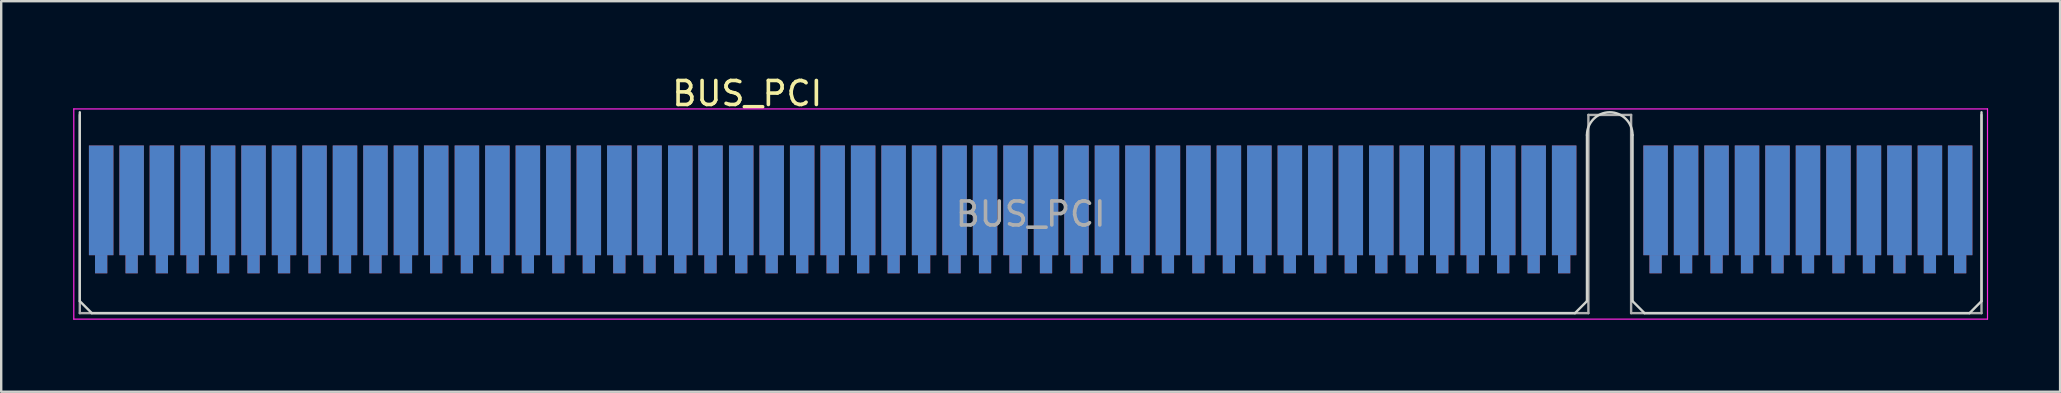
<source format=kicad_pcb>
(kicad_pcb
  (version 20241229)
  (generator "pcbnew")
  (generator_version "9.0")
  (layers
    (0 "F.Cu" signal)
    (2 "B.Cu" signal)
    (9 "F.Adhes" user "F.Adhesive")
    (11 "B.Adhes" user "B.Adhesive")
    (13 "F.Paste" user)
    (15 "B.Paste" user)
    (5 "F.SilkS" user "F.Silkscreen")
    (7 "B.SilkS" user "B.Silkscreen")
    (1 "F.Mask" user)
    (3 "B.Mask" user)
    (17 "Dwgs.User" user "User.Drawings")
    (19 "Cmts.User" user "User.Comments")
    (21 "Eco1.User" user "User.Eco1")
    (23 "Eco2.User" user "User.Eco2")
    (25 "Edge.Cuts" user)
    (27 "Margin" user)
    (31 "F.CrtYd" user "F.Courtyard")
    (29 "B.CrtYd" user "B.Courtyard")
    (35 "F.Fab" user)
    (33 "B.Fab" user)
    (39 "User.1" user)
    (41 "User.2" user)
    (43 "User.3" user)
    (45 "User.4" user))
  (footprint "BUS_PCI"
    (layer "F.Cu")
    (at 39.895 6.628)
    (property "Reference" "BUS_PCI" (at -11.81 -5.78 0) (layer "F.SilkS") (effects (font (size 1 1) (thickness 0.15))))
    (attr exclude_from_pos_files exclude_from_bom)
    (fp_line (start -39.62 -5) (end -39.62 2.87) (stroke (width 0.1) (type solid)) (layer "Edge.Cuts"))
    (fp_line (start -39.62 2.87) (end -39.12 3.37) (stroke (width 0.1) (type solid)) (layer "Edge.Cuts"))
    (fp_line (start -39.12 3.37) (end 22.68 3.37) (stroke (width 0.1) (type solid)) (layer "Edge.Cuts"))
    (fp_line (start 23.18 -4.05) (end 23.18 2.87) (stroke (width 0.1) (type solid)) (layer "Edge.Cuts"))
    (fp_line (start 23.18 2.87) (end 22.68 3.37) (stroke (width 0.1) (type solid)) (layer "Edge.Cuts"))
    (fp_line (start 25.08 -4.05) (end 25.08 2.87) (stroke (width 0.1) (type solid)) (layer "Edge.Cuts"))
    (fp_line (start 25.08 2.87) (end 25.58 3.37) (stroke (width 0.1) (type solid)) (layer "Edge.Cuts"))
    (fp_line (start 25.58 3.37) (end 39.12 3.37) (stroke (width 0.1) (type solid)) (layer "Edge.Cuts"))
    (fp_line (start 39.62 -5) (end 39.62 2.87) (stroke (width 0.1) (type solid)) (layer "Edge.Cuts"))
    (fp_line (start 39.62 2.87) (end 39.12 3.37) (stroke (width 0.1) (type solid)) (layer "Edge.Cuts"))
    (fp_arc (start 23.18 -4.05) (mid 24.13 -5) (end 25.08 -4.05) (stroke (width 0.1) (type solid)) (layer "Edge.Cuts"))
    (fp_line (start -39.87 -5.14) (end -39.87 3.62) (stroke (width 0.05) (type solid)) (layer "F.CrtYd"))
    (fp_line (start -39.87 -5.14) (end 39.87 -5.14) (stroke (width 0.05) (type solid)) (layer "F.CrtYd"))
    (fp_line (start 39.87 3.62) (end -39.87 3.62) (stroke (width 0.05) (type solid)) (layer "F.CrtYd"))
    (fp_line (start 39.87 3.62) (end 39.87 -5.14) (stroke (width 0.05) (type solid)) (layer "F.CrtYd"))
    (fp_line (start -39.62 -4.89) (end -39.62 3.37) (stroke (width 0.1) (type solid)) (layer "F.Fab"))
    (fp_line (start -39.62 3.37) (end 23.24 3.37) (stroke (width 0.1) (type solid)) (layer "F.Fab"))
    (fp_line (start 23.24 -4.89) (end 25.02 -4.89) (stroke (width 0.1) (type solid)) (layer "F.Fab"))
    (fp_line (start 23.24 3.37) (end 23.24 -4.89) (stroke (width 0.1) (type solid)) (layer "F.Fab"))
    (fp_line (start 25.02 -4.89) (end 25.02 3.37) (stroke (width 0.1) (type solid)) (layer "F.Fab"))
    (fp_line (start 25.02 3.37) (end 39.62 3.37) (stroke (width 0.1) (type solid)) (layer "F.Fab"))
    (fp_line (start 39.62 3.37) (end 39.62 -4.89) (stroke (width 0.1) (type solid)) (layer "F.Fab"))
    (fp_text user "${REFERENCE}" (at 0 -0.76 0) (layer "F.Fab") (effects (font (size 1 1) (thickness 0.15))))
    (pad "A1" connect rect (at -38.73 -1.33) (size 1.02 4.57) (layers "B.Cu" "B.Mask"))
    (pad "A1" connect rect (at -38.73 1.33) (size 0.51 0.76) (layers "B.Cu" "B.Mask"))
    (pad "A2" connect rect (at -37.46 -1.33) (size 1.02 4.57) (layers "B.Cu" "B.Mask"))
    (pad "A2" connect rect (at -37.46 1.33) (size 0.51 0.76) (layers "B.Cu" "B.Mask"))
    (pad "A3" connect rect (at -36.2 -1.33) (size 1.02 4.57) (layers "B.Cu" "B.Mask"))
    (pad "A3" connect rect (at -36.2 1.33) (size 0.51 0.76) (layers "B.Cu" "B.Mask"))
    (pad "A4" connect rect (at -34.92 -1.33) (size 1.02 4.57) (layers "B.Cu" "B.Mask"))
    (pad "A4" connect rect (at -34.92 1.33) (size 0.51 0.76) (layers "B.Cu" "B.Mask"))
    (pad "A5" connect rect (at -33.65 -1.33) (size 1.02 4.57) (layers "B.Cu" "B.Mask"))
    (pad "A5" connect rect (at -33.65 1.33) (size 0.51 0.76) (layers "B.Cu" "B.Mask"))
    (pad "A6" connect rect (at -32.38 -1.33) (size 1.02 4.57) (layers "B.Cu" "B.Mask"))
    (pad "A6" connect rect (at -32.38 1.33) (size 0.51 0.76) (layers "B.Cu" "B.Mask"))
    (pad "A7" connect rect (at -31.11 -1.33) (size 1.02 4.57) (layers "B.Cu" "B.Mask"))
    (pad "A7" connect rect (at -31.11 1.33) (size 0.51 0.76) (layers "B.Cu" "B.Mask"))
    (pad "A8" connect rect (at -29.84 -1.33) (size 1.02 4.57) (layers "B.Cu" "B.Mask"))
    (pad "A8" connect rect (at -29.84 1.33) (size 0.51 0.76) (layers "B.Cu" "B.Mask"))
    (pad "A9" connect rect (at -28.57 -1.33) (size 1.02 4.57) (layers "B.Cu" "B.Mask"))
    (pad "A9" connect rect (at -28.57 1.33) (size 0.51 0.76) (layers "B.Cu" "B.Mask"))
    (pad "A10" connect rect (at -27.3 -1.33) (size 1.02 4.57) (layers "B.Cu" "B.Mask"))
    (pad "A10" connect rect (at -27.3 1.33) (size 0.51 0.76) (layers "B.Cu" "B.Mask"))
    (pad "A11" connect rect (at -26.03 -1.33) (size 1.02 4.57) (layers "B.Cu" "B.Mask"))
    (pad "A11" connect rect (at -26.03 1.33) (size 0.51 0.76) (layers "B.Cu" "B.Mask"))
    (pad "A12" connect rect (at -24.77 -1.33) (size 1.02 4.57) (layers "B.Cu" "B.Mask"))
    (pad "A12" connect rect (at -24.77 1.33) (size 0.51 0.76) (layers "B.Cu" "B.Mask"))
    (pad "A13" connect rect (at -23.49 -1.33) (size 1.02 4.57) (layers "B.Cu" "B.Mask"))
    (pad "A13" connect rect (at -23.49 1.33) (size 0.51 0.76) (layers "B.Cu" "B.Mask"))
    (pad "A14" connect rect (at -22.22 -1.33) (size 1.02 4.57) (layers "B.Cu" "B.Mask"))
    (pad "A14" connect rect (at -22.22 1.33) (size 0.51 0.76) (layers "B.Cu" "B.Mask"))
    (pad "A15" connect rect (at -20.95 -1.33) (size 1.02 4.57) (layers "B.Cu" "B.Mask"))
    (pad "A15" connect rect (at -20.95 1.33) (size 0.51 0.76) (layers "B.Cu" "B.Mask"))
    (pad "A16" connect rect (at -19.68 -1.33) (size 1.02 4.57) (layers "B.Cu" "B.Mask"))
    (pad "A16" connect rect (at -19.68 1.33) (size 0.51 0.76) (layers "B.Cu" "B.Mask"))
    (pad "A17" connect rect (at -18.41 -1.33) (size 1.02 4.57) (layers "B.Cu" "B.Mask"))
    (pad "A17" connect rect (at -18.41 1.33) (size 0.51 0.76) (layers "B.Cu" "B.Mask"))
    (pad "A18" connect rect (at -17.14 -1.33) (size 1.02 4.57) (layers "B.Cu" "B.Mask"))
    (pad "A18" connect rect (at -17.14 1.33) (size 0.51 0.76) (layers "B.Cu" "B.Mask"))
    (pad "A19" connect rect (at -15.88 -1.33) (size 1.02 4.57) (layers "B.Cu" "B.Mask"))
    (pad "A19" connect rect (at -15.88 1.33) (size 0.51 0.76) (layers "B.Cu" "B.Mask"))
    (pad "A20" connect rect (at -14.6 -1.33) (size 1.02 4.57) (layers "B.Cu" "B.Mask"))
    (pad "A20" connect rect (at -14.6 1.33) (size 0.51 0.76) (layers "B.Cu" "B.Mask"))
    (pad "A21" connect rect (at -13.34 -1.33) (size 1.02 4.57) (layers "B.Cu" "B.Mask"))
    (pad "A21" connect rect (at -13.34 1.33) (size 0.51 0.76) (layers "B.Cu" "B.Mask"))
    (pad "A22" connect rect (at -12.06 -1.33) (size 1.02 4.57) (layers "B.Cu" "B.Mask"))
    (pad "A22" connect rect (at -12.06 1.33) (size 0.51 0.76) (layers "B.Cu" "B.Mask"))
    (pad "A23" connect rect (at -10.79 -1.33) (size 1.02 4.57) (layers "B.Cu" "B.Mask"))
    (pad "A23" connect rect (at -10.79 1.33) (size 0.51 0.76) (layers "B.Cu" "B.Mask"))
    (pad "A24" connect rect (at -9.52 -1.33) (size 1.02 4.57) (layers "B.Cu" "B.Mask"))
    (pad "A24" connect rect (at -9.52 1.33) (size 0.51 0.76) (layers "B.Cu" "B.Mask"))
    (pad "A25" connect rect (at -8.25 -1.33) (size 1.02 4.57) (layers "B.Cu" "B.Mask"))
    (pad "A25" connect rect (at -8.25 1.33) (size 0.51 0.76) (layers "B.Cu" "B.Mask"))
    (pad "A26" connect rect (at -6.98 -1.33) (size 1.02 4.57) (layers "B.Cu" "B.Mask"))
    (pad "A26" connect rect (at -6.98 1.33) (size 0.51 0.76) (layers "B.Cu" "B.Mask"))
    (pad "A27" connect rect (at -5.71 -1.33) (size 1.02 4.57) (layers "B.Cu" "B.Mask"))
    (pad "A27" connect rect (at -5.71 1.33) (size 0.51 0.76) (layers "B.Cu" "B.Mask"))
    (pad "A28" connect rect (at -4.44 -1.33) (size 1.02 4.57) (layers "B.Cu" "B.Mask"))
    (pad "A28" connect rect (at -4.44 1.33) (size 0.51 0.76) (layers "B.Cu" "B.Mask"))
    (pad "A29" connect rect (at -3.17 -1.33) (size 1.02 4.57) (layers "B.Cu" "B.Mask"))
    (pad "A29" connect rect (at -3.17 1.33) (size 0.51 0.76) (layers "B.Cu" "B.Mask"))
    (pad "A30" connect rect (at -1.9 -1.33) (size 1.02 4.57) (layers "B.Cu" "B.Mask"))
    (pad "A30" connect rect (at -1.9 1.33) (size 0.51 0.76) (layers "B.Cu" "B.Mask"))
    (pad "A31" connect rect (at -0.63 -1.33) (size 1.02 4.57) (layers "B.Cu" "B.Mask"))
    (pad "A31" connect rect (at -0.63 1.33) (size 0.51 0.76) (layers "B.Cu" "B.Mask"))
    (pad "A32" connect rect (at 0.64 -1.33) (size 1.02 4.57) (layers "B.Cu" "B.Mask"))
    (pad "A32" connect rect (at 0.64 1.33) (size 0.51 0.76) (layers "B.Cu" "B.Mask"))
    (pad "A33" connect rect (at 1.91 -1.33) (size 1.02 4.57) (layers "B.Cu" "B.Mask"))
    (pad "A33" connect rect (at 1.91 1.33) (size 0.51 0.76) (layers "B.Cu" "B.Mask"))
    (pad "A34" connect rect (at 3.18 -1.33) (size 1.02 4.57) (layers "B.Cu" "B.Mask"))
    (pad "A34" connect rect (at 3.18 1.33) (size 0.51 0.76) (layers "B.Cu" "B.Mask"))
    (pad "A35" connect rect (at 4.45 -1.33) (size 1.02 4.57) (layers "B.Cu" "B.Mask"))
    (pad "A35" connect rect (at 4.45 1.33) (size 0.51 0.76) (layers "B.Cu" "B.Mask"))
    (pad "A36" connect rect (at 5.72 -1.33) (size 1.02 4.57) (layers "B.Cu" "B.Mask"))
    (pad "A36" connect rect (at 5.72 1.33) (size 0.51 0.76) (layers "B.Cu" "B.Mask"))
    (pad "A37" connect rect (at 6.99 -1.33) (size 1.02 4.57) (layers "B.Cu" "B.Mask"))
    (pad "A37" connect rect (at 6.99 1.33) (size 0.51 0.76) (layers "B.Cu" "B.Mask"))
    (pad "A38" connect rect (at 8.26 -1.33) (size 1.02 4.57) (layers "B.Cu" "B.Mask"))
    (pad "A38" connect rect (at 8.26 1.33) (size 0.51 0.76) (layers "B.Cu" "B.Mask"))
    (pad "A39" connect rect (at 9.53 -1.33) (size 1.02 4.57) (layers "B.Cu" "B.Mask"))
    (pad "A39" connect rect (at 9.53 1.33) (size 0.51 0.76) (layers "B.Cu" "B.Mask"))
    (pad "A40" connect rect (at 10.8 -1.33) (size 1.02 4.57) (layers "B.Cu" "B.Mask"))
    (pad "A40" connect rect (at 10.8 1.33) (size 0.51 0.76) (layers "B.Cu" "B.Mask"))
    (pad "A41" connect rect (at 12.07 -1.33) (size 1.02 4.57) (layers "B.Cu" "B.Mask"))
    (pad "A41" connect rect (at 12.07 1.33) (size 0.51 0.76) (layers "B.Cu" "B.Mask"))
    (pad "A42" connect rect (at 13.34 -1.33) (size 1.02 4.57) (layers "B.Cu" "B.Mask"))
    (pad "A42" connect rect (at 13.34 1.33) (size 0.51 0.76) (layers "B.Cu" "B.Mask"))
    (pad "A43" connect rect (at 14.61 -1.33) (size 1.02 4.57) (layers "B.Cu" "B.Mask"))
    (pad "A43" connect rect (at 14.61 1.33) (size 0.51 0.76) (layers "B.Cu" "B.Mask"))
    (pad "A44" connect rect (at 15.88 -1.33) (size 1.02 4.57) (layers "B.Cu" "B.Mask"))
    (pad "A44" connect rect (at 15.88 1.33) (size 0.51 0.76) (layers "B.Cu" "B.Mask"))
    (pad "A45" connect rect (at 17.15 -1.33) (size 1.02 4.57) (layers "B.Cu" "B.Mask"))
    (pad "A45" connect rect (at 17.15 1.33) (size 0.51 0.76) (layers "B.Cu" "B.Mask"))
    (pad "A46" connect rect (at 18.42 -1.33) (size 1.02 4.57) (layers "B.Cu" "B.Mask"))
    (pad "A46" connect rect (at 18.42 1.33) (size 0.51 0.76) (layers "B.Cu" "B.Mask"))
    (pad "A47" connect rect (at 19.69 -1.33) (size 1.02 4.57) (layers "B.Cu" "B.Mask"))
    (pad "A47" connect rect (at 19.69 1.33) (size 0.51 0.76) (layers "B.Cu" "B.Mask"))
    (pad "A48" connect rect (at 20.96 -1.33) (size 1.02 4.57) (layers "B.Cu" "B.Mask"))
    (pad "A48" connect rect (at 20.96 1.33) (size 0.51 0.76) (layers "B.Cu" "B.Mask"))
    (pad "A49" connect rect (at 22.23 -1.33) (size 1.02 4.57) (layers "B.Cu" "B.Mask"))
    (pad "A49" connect rect (at 22.23 1.33) (size 0.51 0.76) (layers "B.Cu" "B.Mask"))
    (pad "A52" connect rect (at 26.04 -1.33) (size 1.02 4.57) (layers "B.Cu" "B.Mask"))
    (pad "A52" connect rect (at 26.04 1.33) (size 0.51 0.76) (layers "B.Cu" "B.Mask"))
    (pad "A53" connect rect (at 27.31 -1.33) (size 1.02 4.57) (layers "B.Cu" "B.Mask"))
    (pad "A53" connect rect (at 27.31 1.33) (size 0.51 0.76) (layers "B.Cu" "B.Mask"))
    (pad "A54" connect rect (at 28.58 -1.33) (size 1.02 4.57) (layers "B.Cu" "B.Mask"))
    (pad "A54" connect rect (at 28.58 1.33) (size 0.51 0.76) (layers "B.Cu" "B.Mask"))
    (pad "A55" connect rect (at 29.85 -1.33) (size 1.02 4.57) (layers "B.Cu" "B.Mask"))
    (pad "A55" connect rect (at 29.85 1.33) (size 0.51 0.76) (layers "B.Cu" "B.Mask"))
    (pad "A56" connect rect (at 31.12 -1.33) (size 1.02 4.57) (layers "B.Cu" "B.Mask"))
    (pad "A56" connect rect (at 31.12 1.33) (size 0.51 0.76) (layers "B.Cu" "B.Mask"))
    (pad "A57" connect rect (at 32.39 -1.33) (size 1.02 4.57) (layers "B.Cu" "B.Mask"))
    (pad "A57" connect rect (at 32.39 1.33) (size 0.51 0.76) (layers "B.Cu" "B.Mask"))
    (pad "A58" connect rect (at 33.66 -1.33) (size 1.02 4.57) (layers "B.Cu" "B.Mask"))
    (pad "A58" connect rect (at 33.66 1.33) (size 0.51 0.76) (layers "B.Cu" "B.Mask"))
    (pad "A59" connect rect (at 34.93 -1.33) (size 1.02 4.57) (layers "B.Cu" "B.Mask"))
    (pad "A59" connect rect (at 34.93 1.33) (size 0.51 0.76) (layers "B.Cu" "B.Mask"))
    (pad "A60" connect rect (at 36.2 -1.33) (size 1.02 4.57) (layers "B.Cu" "B.Mask"))
    (pad "A60" connect rect (at 36.2 1.33) (size 0.51 0.76) (layers "B.Cu" "B.Mask"))
    (pad "A61" connect rect (at 37.47 -1.33) (size 1.02 4.57) (layers "B.Cu" "B.Mask"))
    (pad "A61" connect rect (at 37.47 1.33) (size 0.51 0.76) (layers "B.Cu" "B.Mask"))
    (pad "A62" connect rect (at 38.73 -1.33) (size 1.02 4.57) (layers "B.Cu" "B.Mask"))
    (pad "A62" connect rect (at 38.73 1.33) (size 0.51 0.76) (layers "B.Cu" "B.Mask"))
    (pad "B1" connect rect (at -38.73 -1.33) (size 1.02 4.57) (layers "F.Cu" "F.Mask"))
    (pad "B1" connect rect (at -38.73 1.33) (size 0.51 0.76) (layers "F.Cu" "F.Mask"))
    (pad "B2" connect rect (at -37.46 -1.33) (size 1.02 4.57) (layers "F.Cu" "F.Mask"))
    (pad "B2" connect rect (at -37.46 1.33) (size 0.51 0.76) (layers "F.Cu" "F.Mask"))
    (pad "B3" connect rect (at -36.2 -1.33) (size 1.02 4.57) (layers "F.Cu" "F.Mask"))
    (pad "B3" connect rect (at -36.2 1.33) (size 0.51 0.76) (layers "F.Cu" "F.Mask"))
    (pad "B4" connect rect (at -34.92 -1.33) (size 1.02 4.57) (layers "F.Cu" "F.Mask"))
    (pad "B4" connect rect (at -34.92 1.33) (size 0.51 0.76) (layers "F.Cu" "F.Mask"))
    (pad "B5" connect rect (at -33.65 -1.33) (size 1.02 4.57) (layers "F.Cu" "F.Mask"))
    (pad "B5" connect rect (at -33.65 1.33) (size 0.51 0.76) (layers "F.Cu" "F.Mask"))
    (pad "B6" connect rect (at -32.38 -1.33) (size 1.02 4.57) (layers "F.Cu" "F.Mask"))
    (pad "B6" connect rect (at -32.38 1.33) (size 0.51 0.76) (layers "F.Cu" "F.Mask"))
    (pad "B7" connect rect (at -31.11 -1.33) (size 1.02 4.57) (layers "F.Cu" "F.Mask"))
    (pad "B7" connect rect (at -31.11 1.33) (size 0.51 0.76) (layers "F.Cu" "F.Mask"))
    (pad "B8" connect rect (at -29.84 -1.33) (size 1.02 4.57) (layers "F.Cu" "F.Mask"))
    (pad "B8" connect rect (at -29.84 1.33) (size 0.51 0.76) (layers "F.Cu" "F.Mask"))
    (pad "B9" connect rect (at -28.57 -1.33) (size 1.02 4.57) (layers "F.Cu" "F.Mask"))
    (pad "B9" connect rect (at -28.57 1.33) (size 0.51 0.76) (layers "F.Cu" "F.Mask"))
    (pad "B10" connect rect (at -27.3 -1.33) (size 1.02 4.57) (layers "F.Cu" "F.Mask"))
    (pad "B10" connect rect (at -27.3 1.33) (size 0.51 0.76) (layers "F.Cu" "F.Mask"))
    (pad "B11" connect rect (at -26.03 -1.33) (size 1.02 4.57) (layers "F.Cu" "F.Mask"))
    (pad "B11" connect rect (at -26.03 1.33) (size 0.51 0.76) (layers "F.Cu" "F.Mask"))
    (pad "B12" connect rect (at -24.77 -1.33) (size 1.02 4.57) (layers "F.Cu" "F.Mask"))
    (pad "B12" connect rect (at -24.77 1.33) (size 0.51 0.76) (layers "F.Cu" "F.Mask"))
    (pad "B13" connect rect (at -23.49 -1.33) (size 1.02 4.57) (layers "F.Cu" "F.Mask"))
    (pad "B13" connect rect (at -23.49 1.33) (size 0.51 0.76) (layers "F.Cu" "F.Mask"))
    (pad "B14" connect rect (at -22.22 -1.33) (size 1.02 4.57) (layers "F.Cu" "F.Mask"))
    (pad "B14" connect rect (at -22.22 1.33) (size 0.51 0.76) (layers "F.Cu" "F.Mask"))
    (pad "B15" connect rect (at -20.95 -1.33) (size 1.02 4.57) (layers "F.Cu" "F.Mask"))
    (pad "B15" connect rect (at -20.95 1.33) (size 0.51 0.76) (layers "F.Cu" "F.Mask"))
    (pad "B16" connect rect (at -19.68 -1.33) (size 1.02 4.57) (layers "F.Cu" "F.Mask"))
    (pad "B16" connect rect (at -19.68 1.33) (size 0.51 0.76) (layers "F.Cu" "F.Mask"))
    (pad "B17" connect rect (at -18.41 -1.33) (size 1.02 4.57) (layers "F.Cu" "F.Mask"))
    (pad "B17" connect rect (at -18.41 1.33) (size 0.51 0.76) (layers "F.Cu" "F.Mask"))
    (pad "B18" connect rect (at -17.14 -1.33) (size 1.02 4.57) (layers "F.Cu" "F.Mask"))
    (pad "B18" connect rect (at -17.14 1.33) (size 0.51 0.76) (layers "F.Cu" "F.Mask"))
    (pad "B19" connect rect (at -15.88 -1.33) (size 1.02 4.57) (layers "F.Cu" "F.Mask"))
    (pad "B19" connect rect (at -15.88 1.33) (size 0.51 0.76) (layers "F.Cu" "F.Mask"))
    (pad "B20" connect rect (at -14.6 -1.33) (size 1.02 4.57) (layers "F.Cu" "F.Mask"))
    (pad "B20" connect rect (at -14.6 1.33) (size 0.51 0.76) (layers "F.Cu" "F.Mask"))
    (pad "B21" connect rect (at -13.34 -1.33) (size 1.02 4.57) (layers "F.Cu" "F.Mask"))
    (pad "B21" connect rect (at -13.34 1.33) (size 0.51 0.76) (layers "F.Cu" "F.Mask"))
    (pad "B22" connect rect (at -12.06 -1.33) (size 1.02 4.57) (layers "F.Cu" "F.Mask"))
    (pad "B22" connect rect (at -12.06 1.33) (size 0.51 0.76) (layers "F.Cu" "F.Mask"))
    (pad "B23" connect rect (at -10.79 -1.33) (size 1.02 4.57) (layers "F.Cu" "F.Mask"))
    (pad "B23" connect rect (at -10.79 1.33) (size 0.51 0.76) (layers "F.Cu" "F.Mask"))
    (pad "B24" connect rect (at -9.52 -1.33) (size 1.02 4.57) (layers "F.Cu" "F.Mask"))
    (pad "B24" connect rect (at -9.52 1.33) (size 0.51 0.76) (layers "F.Cu" "F.Mask"))
    (pad "B25" connect rect (at -8.25 -1.33) (size 1.02 4.57) (layers "F.Cu" "F.Mask"))
    (pad "B25" connect rect (at -8.25 1.33) (size 0.51 0.76) (layers "F.Cu" "F.Mask"))
    (pad "B26" connect rect (at -6.98 -1.33) (size 1.02 4.57) (layers "F.Cu" "F.Mask"))
    (pad "B26" connect rect (at -6.98 1.33) (size 0.51 0.76) (layers "F.Cu" "F.Mask"))
    (pad "B27" connect rect (at -5.71 -1.33) (size 1.02 4.57) (layers "F.Cu" "F.Mask"))
    (pad "B27" connect rect (at -5.71 1.33) (size 0.51 0.76) (layers "F.Cu" "F.Mask"))
    (pad "B28" connect rect (at -4.44 -1.33) (size 1.02 4.57) (layers "F.Cu" "F.Mask"))
    (pad "B28" connect rect (at -4.44 1.33) (size 0.51 0.76) (layers "F.Cu" "F.Mask"))
    (pad "B29" connect rect (at -3.17 -1.33) (size 1.02 4.57) (layers "F.Cu" "F.Mask"))
    (pad "B29" connect rect (at -3.17 1.33) (size 0.51 0.76) (layers "F.Cu" "F.Mask"))
    (pad "B30" connect rect (at -1.9 -1.33) (size 1.02 4.57) (layers "F.Cu" "F.Mask"))
    (pad "B30" connect rect (at -1.9 1.33) (size 0.51 0.76) (layers "F.Cu" "F.Mask"))
    (pad "B31" connect rect (at -0.63 -1.33) (size 1.02 4.57) (layers "F.Cu" "F.Mask"))
    (pad "B31" connect rect (at -0.63 1.33) (size 0.51 0.76) (layers "F.Cu" "F.Mask"))
    (pad "B32" connect rect (at 0.64 -1.33) (size 1.02 4.57) (layers "F.Cu" "F.Mask"))
    (pad "B32" connect rect (at 0.64 1.33) (size 0.51 0.76) (layers "F.Cu" "F.Mask"))
    (pad "B33" connect rect (at 1.91 -1.33) (size 1.02 4.57) (layers "F.Cu" "F.Mask"))
    (pad "B33" connect rect (at 1.91 1.33) (size 0.51 0.76) (layers "F.Cu" "F.Mask"))
    (pad "B34" connect rect (at 3.18 -1.33) (size 1.02 4.57) (layers "F.Cu" "F.Mask"))
    (pad "B34" connect rect (at 3.18 1.33) (size 0.51 0.76) (layers "F.Cu" "F.Mask"))
    (pad "B35" connect rect (at 4.45 -1.33) (size 1.02 4.57) (layers "F.Cu" "F.Mask"))
    (pad "B35" connect rect (at 4.45 1.33) (size 0.51 0.76) (layers "F.Cu" "F.Mask"))
    (pad "B36" connect rect (at 5.72 -1.33) (size 1.02 4.57) (layers "F.Cu" "F.Mask"))
    (pad "B36" connect rect (at 5.72 1.33) (size 0.51 0.76) (layers "F.Cu" "F.Mask"))
    (pad "B37" connect rect (at 6.99 -1.33) (size 1.02 4.57) (layers "F.Cu" "F.Mask"))
    (pad "B37" connect rect (at 6.99 1.33) (size 0.51 0.76) (layers "F.Cu" "F.Mask"))
    (pad "B38" connect rect (at 8.26 -1.33) (size 1.02 4.57) (layers "F.Cu" "F.Mask"))
    (pad "B38" connect rect (at 8.26 1.33) (size 0.51 0.76) (layers "F.Cu" "F.Mask"))
    (pad "B39" connect rect (at 9.53 -1.33) (size 1.02 4.57) (layers "F.Cu" "F.Mask"))
    (pad "B39" connect rect (at 9.53 1.33) (size 0.51 0.76) (layers "F.Cu" "F.Mask"))
    (pad "B40" connect rect (at 10.8 -1.33) (size 1.02 4.57) (layers "F.Cu" "F.Mask"))
    (pad "B40" connect rect (at 10.8 1.33) (size 0.51 0.76) (layers "F.Cu" "F.Mask"))
    (pad "B41" connect rect (at 12.07 -1.33) (size 1.02 4.57) (layers "F.Cu" "F.Mask"))
    (pad "B41" connect rect (at 12.07 1.33) (size 0.51 0.76) (layers "F.Cu" "F.Mask"))
    (pad "B42" connect rect (at 13.34 -1.33) (size 1.02 4.57) (layers "F.Cu" "F.Mask"))
    (pad "B42" connect rect (at 13.34 1.33) (size 0.51 0.76) (layers "F.Cu" "F.Mask"))
    (pad "B43" connect rect (at 14.61 -1.33) (size 1.02 4.57) (layers "F.Cu" "F.Mask"))
    (pad "B43" connect rect (at 14.61 1.33) (size 0.51 0.76) (layers "F.Cu" "F.Mask"))
    (pad "B44" connect rect (at 15.88 -1.33) (size 1.02 4.57) (layers "F.Cu" "F.Mask"))
    (pad "B44" connect rect (at 15.88 1.33) (size 0.51 0.76) (layers "F.Cu" "F.Mask"))
    (pad "B45" connect rect (at 17.15 -1.33) (size 1.02 4.57) (layers "F.Cu" "F.Mask"))
    (pad "B45" connect rect (at 17.15 1.33) (size 0.51 0.76) (layers "F.Cu" "F.Mask"))
    (pad "B46" connect rect (at 18.42 -1.33) (size 1.02 4.57) (layers "F.Cu" "F.Mask"))
    (pad "B46" connect rect (at 18.42 1.33) (size 0.51 0.76) (layers "F.Cu" "F.Mask"))
    (pad "B47" connect rect (at 19.69 -1.33) (size 1.02 4.57) (layers "F.Cu" "F.Mask"))
    (pad "B47" connect rect (at 19.69 1.33) (size 0.51 0.76) (layers "F.Cu" "F.Mask"))
    (pad "B48" connect rect (at 20.96 -1.33) (size 1.02 4.57) (layers "F.Cu" "F.Mask"))
    (pad "B48" connect rect (at 20.96 1.33) (size 0.51 0.76) (layers "F.Cu" "F.Mask"))
    (pad "B49" connect rect (at 22.23 -1.33) (size 1.02 4.57) (layers "F.Cu" "F.Mask"))
    (pad "B49" connect rect (at 22.23 1.33) (size 0.51 0.76) (layers "F.Cu" "F.Mask"))
    (pad "B52" connect rect (at 26.04 -1.33) (size 1.02 4.57) (layers "F.Cu" "F.Mask"))
    (pad "B52" connect rect (at 26.04 1.33) (size 0.51 0.76) (layers "F.Cu" "F.Mask"))
    (pad "B53" connect rect (at 27.31 -1.33) (size 1.02 4.57) (layers "F.Cu" "F.Mask"))
    (pad "B53" connect rect (at 27.31 1.33) (size 0.51 0.76) (layers "F.Cu" "F.Mask"))
    (pad "B54" connect rect (at 28.58 -1.33) (size 1.02 4.57) (layers "F.Cu" "F.Mask"))
    (pad "B54" connect rect (at 28.58 1.33) (size 0.51 0.76) (layers "F.Cu" "F.Mask"))
    (pad "B55" connect rect (at 29.85 -1.33) (size 1.02 4.57) (layers "F.Cu" "F.Mask"))
    (pad "B55" connect rect (at 29.85 1.33) (size 0.51 0.76) (layers "F.Cu" "F.Mask"))
    (pad "B56" connect rect (at 31.12 -1.33) (size 1.02 4.57) (layers "F.Cu" "F.Mask"))
    (pad "B56" connect rect (at 31.12 1.33) (size 0.51 0.76) (layers "F.Cu" "F.Mask"))
    (pad "B57" connect rect (at 32.39 -1.33) (size 1.02 4.57) (layers "F.Cu" "F.Mask"))
    (pad "B57" connect rect (at 32.39 1.33) (size 0.51 0.76) (layers "F.Cu" "F.Mask"))
    (pad "B58" connect rect (at 33.66 -1.33) (size 1.02 4.57) (layers "F.Cu" "F.Mask"))
    (pad "B58" connect rect (at 33.66 1.33) (size 0.51 0.76) (layers "F.Cu" "F.Mask"))
    (pad "B59" connect rect (at 34.93 -1.33) (size 1.02 4.57) (layers "F.Cu" "F.Mask"))
    (pad "B59" connect rect (at 34.93 1.33) (size 0.51 0.76) (layers "F.Cu" "F.Mask"))
    (pad "B60" connect rect (at 36.2 -1.33) (size 1.02 4.57) (layers "F.Cu" "F.Mask"))
    (pad "B60" connect rect (at 36.2 1.33) (size 0.51 0.76) (layers "F.Cu" "F.Mask"))
    (pad "B61" connect rect (at 37.47 -1.33) (size 1.02 4.57) (layers "F.Cu" "F.Mask"))
    (pad "B61" connect rect (at 37.47 1.33) (size 0.51 0.76) (layers "F.Cu" "F.Mask"))
    (pad "B62" connect rect (at 38.73 -1.33) (size 1.02 4.57) (layers "F.Cu" "F.Mask"))
    (pad "B62" connect rect (at 38.73 1.33) (size 0.51 0.76) (layers "F.Cu" "F.Mask")))
  (gr_rect
    (start -3 -3)
    (end 82.79 13.273)
    (stroke (width 0.1) (type default))
    (fill no)
    (layer "Edge.Cuts")))
</source>
